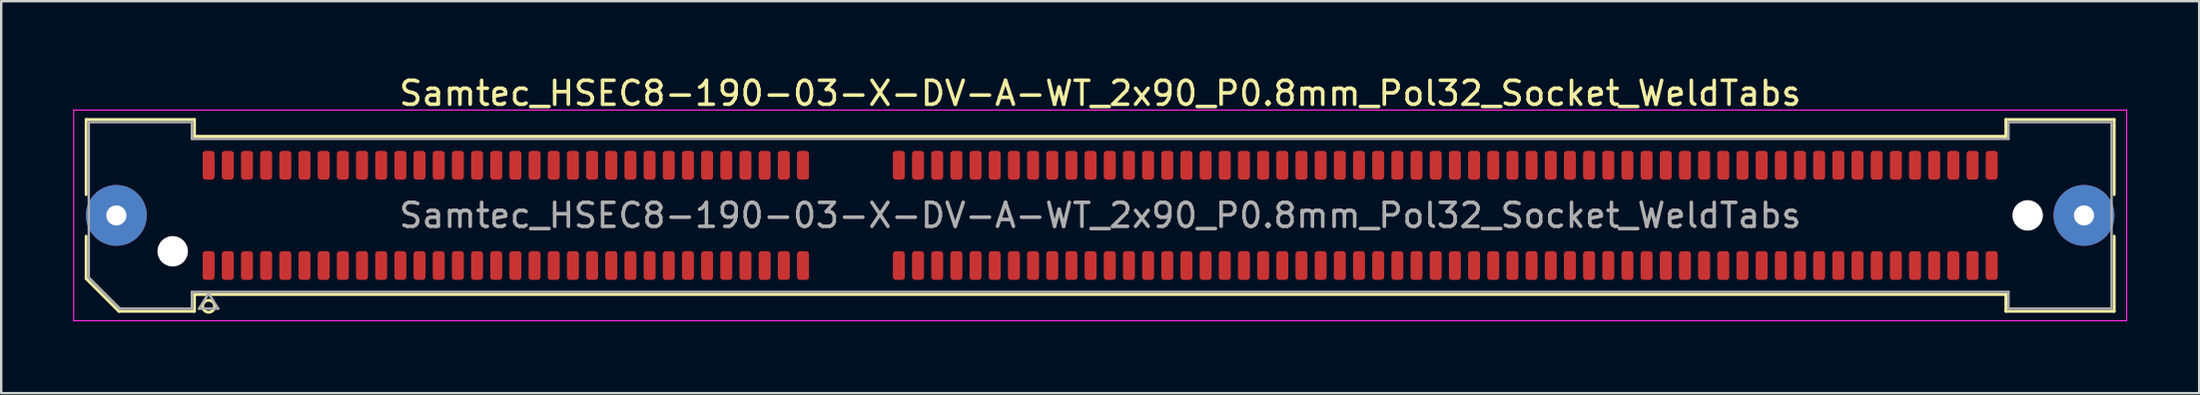
<source format=kicad_pcb>
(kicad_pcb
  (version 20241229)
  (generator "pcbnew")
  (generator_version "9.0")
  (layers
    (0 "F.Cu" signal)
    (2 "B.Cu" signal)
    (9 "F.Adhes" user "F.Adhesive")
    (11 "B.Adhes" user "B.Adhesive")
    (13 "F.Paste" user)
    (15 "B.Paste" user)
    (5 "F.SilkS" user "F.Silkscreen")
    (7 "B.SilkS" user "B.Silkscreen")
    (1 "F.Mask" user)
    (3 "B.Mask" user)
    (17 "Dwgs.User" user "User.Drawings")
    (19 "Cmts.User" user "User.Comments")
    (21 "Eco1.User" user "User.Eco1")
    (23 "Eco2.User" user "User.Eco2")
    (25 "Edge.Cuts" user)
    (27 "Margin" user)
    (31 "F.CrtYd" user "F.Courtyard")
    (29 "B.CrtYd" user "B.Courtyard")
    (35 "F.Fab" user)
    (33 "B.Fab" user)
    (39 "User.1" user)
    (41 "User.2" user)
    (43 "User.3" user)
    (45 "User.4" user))
  (footprint "Samtec_HSEC8-190-03-X-DV-A-WT_2x90_P0.8mm_Pol32_Socket_WeldTabs"
    (layer "F.Cu")
    (at 42.855 5.948)
    (property "Reference" "Samtec_HSEC8-190-03-X-DV-A-WT_2x90_P0.8mm_Pol32_Socket_WeldTabs" (at 0 -5.1 0) (layer "F.SilkS") (effects (font (size 1 1) (thickness 0.15))))
    (attr smd)
    (fp_line (start -42.31 -4.005) (end -37.79 -4.005) (stroke (width 0.12) (type solid)) (layer "F.SilkS"))
    (fp_line (start -42.31 -0.868) (end -42.31 -4.005) (stroke (width 0.12) (type solid)) (layer "F.SilkS"))
    (fp_line (start -42.31 2.641) (end -42.31 0.868) (stroke (width 0.12) (type solid)) (layer "F.SilkS"))
    (fp_line (start -40.946 4.005) (end -42.31 2.641) (stroke (width 0.12) (type solid)) (layer "F.SilkS"))
    (fp_line (start -37.79 -4.005) (end -37.79 -3.305) (stroke (width 0.12) (type solid)) (layer "F.SilkS"))
    (fp_line (start -37.79 -3.305) (end 37.79 -3.305) (stroke (width 0.12) (type solid)) (layer "F.SilkS"))
    (fp_line (start -37.79 3.305) (end -37.79 4.005) (stroke (width 0.12) (type solid)) (layer "F.SilkS"))
    (fp_line (start -37.79 4.005) (end -40.946 4.005) (stroke (width 0.12) (type solid)) (layer "F.SilkS"))
    (fp_line (start 37.79 -4.005) (end 42.31 -4.005) (stroke (width 0.12) (type solid)) (layer "F.SilkS"))
    (fp_line (start 37.79 -3.305) (end 37.79 -4.005) (stroke (width 0.12) (type solid)) (layer "F.SilkS"))
    (fp_line (start 37.79 3.305) (end -37.79 3.305) (stroke (width 0.12) (type solid)) (layer "F.SilkS"))
    (fp_line (start 37.79 4.005) (end 37.79 3.305) (stroke (width 0.12) (type solid)) (layer "F.SilkS"))
    (fp_line (start 42.31 -4.005) (end 42.31 -0.868) (stroke (width 0.12) (type solid)) (layer "F.SilkS"))
    (fp_line (start 42.31 0.868) (end 42.31 4.005) (stroke (width 0.12) (type solid)) (layer "F.SilkS"))
    (fp_line (start 42.31 4.005) (end 37.79 4.005) (stroke (width 0.12) (type solid)) (layer "F.SilkS"))
    (fp_arc (start -36.95 3.795) (mid -37.45 3.795) (end -36.95 3.795) (stroke (width 0.12) (type solid)) (layer "F.SilkS"))
    (fp_line (start -42.83 -4.4) (end -42.83 4.4) (stroke (width 0.05) (type solid)) (layer "F.CrtYd"))
    (fp_line (start -42.83 4.4) (end 42.83 4.4) (stroke (width 0.05) (type solid)) (layer "F.CrtYd"))
    (fp_line (start 42.83 -4.4) (end -42.83 -4.4) (stroke (width 0.05) (type solid)) (layer "F.CrtYd"))
    (fp_line (start 42.83 4.4) (end 42.83 -4.4) (stroke (width 0.05) (type solid)) (layer "F.CrtYd"))
    (fp_line (start -42.2 -3.895) (end -37.9 -3.895) (stroke (width 0.1) (type solid)) (layer "F.Fab"))
    (fp_line (start -42.2 2.595) (end -42.2 -3.895) (stroke (width 0.1) (type solid)) (layer "F.Fab"))
    (fp_line (start -40.9 3.895) (end -42.2 2.595) (stroke (width 0.1) (type solid)) (layer "F.Fab"))
    (fp_line (start -37.9 -3.895) (end -37.9 -3.195) (stroke (width 0.1) (type solid)) (layer "F.Fab"))
    (fp_line (start -37.9 -3.195) (end 37.9 -3.195) (stroke (width 0.1) (type solid)) (layer "F.Fab"))
    (fp_line (start -37.9 3.195) (end -37.9 3.895) (stroke (width 0.1) (type solid)) (layer "F.Fab"))
    (fp_line (start -37.9 3.895) (end -40.9 3.895) (stroke (width 0.1) (type solid)) (layer "F.Fab"))
    (fp_line (start -37.6 3.895) (end -37.2 3.255) (stroke (width 0.1) (type solid)) (layer "F.Fab"))
    (fp_line (start -37.2 3.255) (end -36.8 3.895) (stroke (width 0.1) (type solid)) (layer "F.Fab"))
    (fp_line (start -36.8 3.895) (end -37.6 3.895) (stroke (width 0.1) (type solid)) (layer "F.Fab"))
    (fp_line (start 37.9 -3.895) (end 42.2 -3.895) (stroke (width 0.1) (type solid)) (layer "F.Fab"))
    (fp_line (start 37.9 -3.195) (end 37.9 -3.895) (stroke (width 0.1) (type solid)) (layer "F.Fab"))
    (fp_line (start 37.9 3.195) (end -37.9 3.195) (stroke (width 0.1) (type solid)) (layer "F.Fab"))
    (fp_line (start 37.9 3.895) (end 37.9 3.195) (stroke (width 0.1) (type solid)) (layer "F.Fab"))
    (fp_line (start 42.2 -3.895) (end 42.2 3.895) (stroke (width 0.1) (type solid)) (layer "F.Fab"))
    (fp_line (start 42.2 3.895) (end 37.9 3.895) (stroke (width 0.1) (type solid)) (layer "F.Fab"))
    (fp_text user "${REFERENCE}" (at 0 0 0) (layer "F.Fab") (effects (font (size 1 1) (thickness 0.15))))
    (pad "" thru_hole circle (at -41.05 0) (size 2.54 2.54) (drill 0.84) (layers "*.Cu" "*.Mask" "F.Paste"))
    (pad "" np_thru_hole circle (at -38.7 1.5) (size 1.27 1.27) (drill 1.27) (layers "*.Cu" "*.Mask"))
    (pad "" np_thru_hole circle (at 38.7 0) (size 1.27 1.27) (drill 1.27) (layers "*.Cu" "*.Mask"))
    (pad "" thru_hole circle (at 41.05 0) (size 2.54 2.54) (drill 0.84) (layers "*.Cu" "*.Mask" "F.Paste"))
    (pad "1" smd roundrect (at -37.2 2.095) (size 0.5 1.2) (layers "F.Cu" "F.Mask" "F.Paste") (roundrect_rratio 0.25))
    (pad "2" smd roundrect (at -37.2 -2.095) (size 0.5 1.2) (layers "F.Cu" "F.Mask" "F.Paste") (roundrect_rratio 0.25))
    (pad "3" smd roundrect (at -36.4 2.095) (size 0.5 1.2) (layers "F.Cu" "F.Mask" "F.Paste") (roundrect_rratio 0.25))
    (pad "4" smd roundrect (at -36.4 -2.095) (size 0.5 1.2) (layers "F.Cu" "F.Mask" "F.Paste") (roundrect_rratio 0.25))
    (pad "5" smd roundrect (at -35.6 2.095) (size 0.5 1.2) (layers "F.Cu" "F.Mask" "F.Paste") (roundrect_rratio 0.25))
    (pad "6" smd roundrect (at -35.6 -2.095) (size 0.5 1.2) (layers "F.Cu" "F.Mask" "F.Paste") (roundrect_rratio 0.25))
    (pad "7" smd roundrect (at -34.8 2.095) (size 0.5 1.2) (layers "F.Cu" "F.Mask" "F.Paste") (roundrect_rratio 0.25))
    (pad "8" smd roundrect (at -34.8 -2.095) (size 0.5 1.2) (layers "F.Cu" "F.Mask" "F.Paste") (roundrect_rratio 0.25))
    (pad "9" smd roundrect (at -34 2.095) (size 0.5 1.2) (layers "F.Cu" "F.Mask" "F.Paste") (roundrect_rratio 0.25))
    (pad "10" smd roundrect (at -34 -2.095) (size 0.5 1.2) (layers "F.Cu" "F.Mask" "F.Paste") (roundrect_rratio 0.25))
    (pad "11" smd roundrect (at -33.2 2.095) (size 0.5 1.2) (layers "F.Cu" "F.Mask" "F.Paste") (roundrect_rratio 0.25))
    (pad "12" smd roundrect (at -33.2 -2.095) (size 0.5 1.2) (layers "F.Cu" "F.Mask" "F.Paste") (roundrect_rratio 0.25))
    (pad "13" smd roundrect (at -32.4 2.095) (size 0.5 1.2) (layers "F.Cu" "F.Mask" "F.Paste") (roundrect_rratio 0.25))
    (pad "14" smd roundrect (at -32.4 -2.095) (size 0.5 1.2) (layers "F.Cu" "F.Mask" "F.Paste") (roundrect_rratio 0.25))
    (pad "15" smd roundrect (at -31.6 2.095) (size 0.5 1.2) (layers "F.Cu" "F.Mask" "F.Paste") (roundrect_rratio 0.25))
    (pad "16" smd roundrect (at -31.6 -2.095) (size 0.5 1.2) (layers "F.Cu" "F.Mask" "F.Paste") (roundrect_rratio 0.25))
    (pad "17" smd roundrect (at -30.8 2.095) (size 0.5 1.2) (layers "F.Cu" "F.Mask" "F.Paste") (roundrect_rratio 0.25))
    (pad "18" smd roundrect (at -30.8 -2.095) (size 0.5 1.2) (layers "F.Cu" "F.Mask" "F.Paste") (roundrect_rratio 0.25))
    (pad "19" smd roundrect (at -30 2.095) (size 0.5 1.2) (layers "F.Cu" "F.Mask" "F.Paste") (roundrect_rratio 0.25))
    (pad "20" smd roundrect (at -30 -2.095) (size 0.5 1.2) (layers "F.Cu" "F.Mask" "F.Paste") (roundrect_rratio 0.25))
    (pad "21" smd roundrect (at -29.2 2.095) (size 0.5 1.2) (layers "F.Cu" "F.Mask" "F.Paste") (roundrect_rratio 0.25))
    (pad "22" smd roundrect (at -29.2 -2.095) (size 0.5 1.2) (layers "F.Cu" "F.Mask" "F.Paste") (roundrect_rratio 0.25))
    (pad "23" smd roundrect (at -28.4 2.095) (size 0.5 1.2) (layers "F.Cu" "F.Mask" "F.Paste") (roundrect_rratio 0.25))
    (pad "24" smd roundrect (at -28.4 -2.095) (size 0.5 1.2) (layers "F.Cu" "F.Mask" "F.Paste") (roundrect_rratio 0.25))
    (pad "25" smd roundrect (at -27.6 2.095) (size 0.5 1.2) (layers "F.Cu" "F.Mask" "F.Paste") (roundrect_rratio 0.25))
    (pad "26" smd roundrect (at -27.6 -2.095) (size 0.5 1.2) (layers "F.Cu" "F.Mask" "F.Paste") (roundrect_rratio 0.25))
    (pad "27" smd roundrect (at -26.8 2.095) (size 0.5 1.2) (layers "F.Cu" "F.Mask" "F.Paste") (roundrect_rratio 0.25))
    (pad "28" smd roundrect (at -26.8 -2.095) (size 0.5 1.2) (layers "F.Cu" "F.Mask" "F.Paste") (roundrect_rratio 0.25))
    (pad "29" smd roundrect (at -26 2.095) (size 0.5 1.2) (layers "F.Cu" "F.Mask" "F.Paste") (roundrect_rratio 0.25))
    (pad "30" smd roundrect (at -26 -2.095) (size 0.5 1.2) (layers "F.Cu" "F.Mask" "F.Paste") (roundrect_rratio 0.25))
    (pad "31" smd roundrect (at -25.2 2.095) (size 0.5 1.2) (layers "F.Cu" "F.Mask" "F.Paste") (roundrect_rratio 0.25))
    (pad "32" smd roundrect (at -25.2 -2.095) (size 0.5 1.2) (layers "F.Cu" "F.Mask" "F.Paste") (roundrect_rratio 0.25))
    (pad "33" smd roundrect (at -24.4 2.095) (size 0.5 1.2) (layers "F.Cu" "F.Mask" "F.Paste") (roundrect_rratio 0.25))
    (pad "34" smd roundrect (at -24.4 -2.095) (size 0.5 1.2) (layers "F.Cu" "F.Mask" "F.Paste") (roundrect_rratio 0.25))
    (pad "35" smd roundrect (at -23.6 2.095) (size 0.5 1.2) (layers "F.Cu" "F.Mask" "F.Paste") (roundrect_rratio 0.25))
    (pad "36" smd roundrect (at -23.6 -2.095) (size 0.5 1.2) (layers "F.Cu" "F.Mask" "F.Paste") (roundrect_rratio 0.25))
    (pad "37" smd roundrect (at -22.8 2.095) (size 0.5 1.2) (layers "F.Cu" "F.Mask" "F.Paste") (roundrect_rratio 0.25))
    (pad "38" smd roundrect (at -22.8 -2.095) (size 0.5 1.2) (layers "F.Cu" "F.Mask" "F.Paste") (roundrect_rratio 0.25))
    (pad "39" smd roundrect (at -22 2.095) (size 0.5 1.2) (layers "F.Cu" "F.Mask" "F.Paste") (roundrect_rratio 0.25))
    (pad "40" smd roundrect (at -22 -2.095) (size 0.5 1.2) (layers "F.Cu" "F.Mask" "F.Paste") (roundrect_rratio 0.25))
    (pad "41" smd roundrect (at -21.2 2.095) (size 0.5 1.2) (layers "F.Cu" "F.Mask" "F.Paste") (roundrect_rratio 0.25))
    (pad "42" smd roundrect (at -21.2 -2.095) (size 0.5 1.2) (layers "F.Cu" "F.Mask" "F.Paste") (roundrect_rratio 0.25))
    (pad "43" smd roundrect (at -20.4 2.095) (size 0.5 1.2) (layers "F.Cu" "F.Mask" "F.Paste") (roundrect_rratio 0.25))
    (pad "44" smd roundrect (at -20.4 -2.095) (size 0.5 1.2) (layers "F.Cu" "F.Mask" "F.Paste") (roundrect_rratio 0.25))
    (pad "45" smd roundrect (at -19.6 2.095) (size 0.5 1.2) (layers "F.Cu" "F.Mask" "F.Paste") (roundrect_rratio 0.25))
    (pad "46" smd roundrect (at -19.6 -2.095) (size 0.5 1.2) (layers "F.Cu" "F.Mask" "F.Paste") (roundrect_rratio 0.25))
    (pad "47" smd roundrect (at -18.8 2.095) (size 0.5 1.2) (layers "F.Cu" "F.Mask" "F.Paste") (roundrect_rratio 0.25))
    (pad "48" smd roundrect (at -18.8 -2.095) (size 0.5 1.2) (layers "F.Cu" "F.Mask" "F.Paste") (roundrect_rratio 0.25))
    (pad "49" smd roundrect (at -18 2.095) (size 0.5 1.2) (layers "F.Cu" "F.Mask" "F.Paste") (roundrect_rratio 0.25))
    (pad "50" smd roundrect (at -18 -2.095) (size 0.5 1.2) (layers "F.Cu" "F.Mask" "F.Paste") (roundrect_rratio 0.25))
    (pad "51" smd roundrect (at -17.2 2.095) (size 0.5 1.2) (layers "F.Cu" "F.Mask" "F.Paste") (roundrect_rratio 0.25))
    (pad "52" smd roundrect (at -17.2 -2.095) (size 0.5 1.2) (layers "F.Cu" "F.Mask" "F.Paste") (roundrect_rratio 0.25))
    (pad "53" smd roundrect (at -16.4 2.095) (size 0.5 1.2) (layers "F.Cu" "F.Mask" "F.Paste") (roundrect_rratio 0.25))
    (pad "54" smd roundrect (at -16.4 -2.095) (size 0.5 1.2) (layers "F.Cu" "F.Mask" "F.Paste") (roundrect_rratio 0.25))
    (pad "55" smd roundrect (at -15.6 2.095) (size 0.5 1.2) (layers "F.Cu" "F.Mask" "F.Paste") (roundrect_rratio 0.25))
    (pad "56" smd roundrect (at -15.6 -2.095) (size 0.5 1.2) (layers "F.Cu" "F.Mask" "F.Paste") (roundrect_rratio 0.25))
    (pad "57" smd roundrect (at -14.8 2.095) (size 0.5 1.2) (layers "F.Cu" "F.Mask" "F.Paste") (roundrect_rratio 0.25))
    (pad "58" smd roundrect (at -14.8 -2.095) (size 0.5 1.2) (layers "F.Cu" "F.Mask" "F.Paste") (roundrect_rratio 0.25))
    (pad "59" smd roundrect (at -14 2.095) (size 0.5 1.2) (layers "F.Cu" "F.Mask" "F.Paste") (roundrect_rratio 0.25))
    (pad "60" smd roundrect (at -14 -2.095) (size 0.5 1.2) (layers "F.Cu" "F.Mask" "F.Paste") (roundrect_rratio 0.25))
    (pad "61" smd roundrect (at -13.2 2.095) (size 0.5 1.2) (layers "F.Cu" "F.Mask" "F.Paste") (roundrect_rratio 0.25))
    (pad "62" smd roundrect (at -13.2 -2.095) (size 0.5 1.2) (layers "F.Cu" "F.Mask" "F.Paste") (roundrect_rratio 0.25))
    (pad "63" smd roundrect (at -12.4 2.095) (size 0.5 1.2) (layers "F.Cu" "F.Mask" "F.Paste") (roundrect_rratio 0.25))
    (pad "64" smd roundrect (at -12.4 -2.095) (size 0.5 1.2) (layers "F.Cu" "F.Mask" "F.Paste") (roundrect_rratio 0.25))
    (pad "65" smd roundrect (at -8.4 2.095) (size 0.5 1.2) (layers "F.Cu" "F.Mask" "F.Paste") (roundrect_rratio 0.25))
    (pad "66" smd roundrect (at -8.4 -2.095) (size 0.5 1.2) (layers "F.Cu" "F.Mask" "F.Paste") (roundrect_rratio 0.25))
    (pad "67" smd roundrect (at -7.6 2.095) (size 0.5 1.2) (layers "F.Cu" "F.Mask" "F.Paste") (roundrect_rratio 0.25))
    (pad "68" smd roundrect (at -7.6 -2.095) (size 0.5 1.2) (layers "F.Cu" "F.Mask" "F.Paste") (roundrect_rratio 0.25))
    (pad "69" smd roundrect (at -6.8 2.095) (size 0.5 1.2) (layers "F.Cu" "F.Mask" "F.Paste") (roundrect_rratio 0.25))
    (pad "70" smd roundrect (at -6.8 -2.095) (size 0.5 1.2) (layers "F.Cu" "F.Mask" "F.Paste") (roundrect_rratio 0.25))
    (pad "71" smd roundrect (at -6 2.095) (size 0.5 1.2) (layers "F.Cu" "F.Mask" "F.Paste") (roundrect_rratio 0.25))
    (pad "72" smd roundrect (at -6 -2.095) (size 0.5 1.2) (layers "F.Cu" "F.Mask" "F.Paste") (roundrect_rratio 0.25))
    (pad "73" smd roundrect (at -5.2 2.095) (size 0.5 1.2) (layers "F.Cu" "F.Mask" "F.Paste") (roundrect_rratio 0.25))
    (pad "74" smd roundrect (at -5.2 -2.095) (size 0.5 1.2) (layers "F.Cu" "F.Mask" "F.Paste") (roundrect_rratio 0.25))
    (pad "75" smd roundrect (at -4.4 2.095) (size 0.5 1.2) (layers "F.Cu" "F.Mask" "F.Paste") (roundrect_rratio 0.25))
    (pad "76" smd roundrect (at -4.4 -2.095) (size 0.5 1.2) (layers "F.Cu" "F.Mask" "F.Paste") (roundrect_rratio 0.25))
    (pad "77" smd roundrect (at -3.6 2.095) (size 0.5 1.2) (layers "F.Cu" "F.Mask" "F.Paste") (roundrect_rratio 0.25))
    (pad "78" smd roundrect (at -3.6 -2.095) (size 0.5 1.2) (layers "F.Cu" "F.Mask" "F.Paste") (roundrect_rratio 0.25))
    (pad "79" smd roundrect (at -2.8 2.095) (size 0.5 1.2) (layers "F.Cu" "F.Mask" "F.Paste") (roundrect_rratio 0.25))
    (pad "80" smd roundrect (at -2.8 -2.095) (size 0.5 1.2) (layers "F.Cu" "F.Mask" "F.Paste") (roundrect_rratio 0.25))
    (pad "81" smd roundrect (at -2 2.095) (size 0.5 1.2) (layers "F.Cu" "F.Mask" "F.Paste") (roundrect_rratio 0.25))
    (pad "82" smd roundrect (at -2 -2.095) (size 0.5 1.2) (layers "F.Cu" "F.Mask" "F.Paste") (roundrect_rratio 0.25))
    (pad "83" smd roundrect (at -1.2 2.095) (size 0.5 1.2) (layers "F.Cu" "F.Mask" "F.Paste") (roundrect_rratio 0.25))
    (pad "84" smd roundrect (at -1.2 -2.095) (size 0.5 1.2) (layers "F.Cu" "F.Mask" "F.Paste") (roundrect_rratio 0.25))
    (pad "85" smd roundrect (at -0.4 2.095) (size 0.5 1.2) (layers "F.Cu" "F.Mask" "F.Paste") (roundrect_rratio 0.25))
    (pad "86" smd roundrect (at -0.4 -2.095) (size 0.5 1.2) (layers "F.Cu" "F.Mask" "F.Paste") (roundrect_rratio 0.25))
    (pad "87" smd roundrect (at 0.4 2.095) (size 0.5 1.2) (layers "F.Cu" "F.Mask" "F.Paste") (roundrect_rratio 0.25))
    (pad "88" smd roundrect (at 0.4 -2.095) (size 0.5 1.2) (layers "F.Cu" "F.Mask" "F.Paste") (roundrect_rratio 0.25))
    (pad "89" smd roundrect (at 1.2 2.095) (size 0.5 1.2) (layers "F.Cu" "F.Mask" "F.Paste") (roundrect_rratio 0.25))
    (pad "90" smd roundrect (at 1.2 -2.095) (size 0.5 1.2) (layers "F.Cu" "F.Mask" "F.Paste") (roundrect_rratio 0.25))
    (pad "91" smd roundrect (at 2 2.095) (size 0.5 1.2) (layers "F.Cu" "F.Mask" "F.Paste") (roundrect_rratio 0.25))
    (pad "92" smd roundrect (at 2 -2.095) (size 0.5 1.2) (layers "F.Cu" "F.Mask" "F.Paste") (roundrect_rratio 0.25))
    (pad "93" smd roundrect (at 2.8 2.095) (size 0.5 1.2) (layers "F.Cu" "F.Mask" "F.Paste") (roundrect_rratio 0.25))
    (pad "94" smd roundrect (at 2.8 -2.095) (size 0.5 1.2) (layers "F.Cu" "F.Mask" "F.Paste") (roundrect_rratio 0.25))
    (pad "95" smd roundrect (at 3.6 2.095) (size 0.5 1.2) (layers "F.Cu" "F.Mask" "F.Paste") (roundrect_rratio 0.25))
    (pad "96" smd roundrect (at 3.6 -2.095) (size 0.5 1.2) (layers "F.Cu" "F.Mask" "F.Paste") (roundrect_rratio 0.25))
    (pad "97" smd roundrect (at 4.4 2.095) (size 0.5 1.2) (layers "F.Cu" "F.Mask" "F.Paste") (roundrect_rratio 0.25))
    (pad "98" smd roundrect (at 4.4 -2.095) (size 0.5 1.2) (layers "F.Cu" "F.Mask" "F.Paste") (roundrect_rratio 0.25))
    (pad "99" smd roundrect (at 5.2 2.095) (size 0.5 1.2) (layers "F.Cu" "F.Mask" "F.Paste") (roundrect_rratio 0.25))
    (pad "100" smd roundrect (at 5.2 -2.095) (size 0.5 1.2) (layers "F.Cu" "F.Mask" "F.Paste") (roundrect_rratio 0.25))
    (pad "101" smd roundrect (at 6 2.095) (size 0.5 1.2) (layers "F.Cu" "F.Mask" "F.Paste") (roundrect_rratio 0.25))
    (pad "102" smd roundrect (at 6 -2.095) (size 0.5 1.2) (layers "F.Cu" "F.Mask" "F.Paste") (roundrect_rratio 0.25))
    (pad "103" smd roundrect (at 6.8 2.095) (size 0.5 1.2) (layers "F.Cu" "F.Mask" "F.Paste") (roundrect_rratio 0.25))
    (pad "104" smd roundrect (at 6.8 -2.095) (size 0.5 1.2) (layers "F.Cu" "F.Mask" "F.Paste") (roundrect_rratio 0.25))
    (pad "105" smd roundrect (at 7.6 2.095) (size 0.5 1.2) (layers "F.Cu" "F.Mask" "F.Paste") (roundrect_rratio 0.25))
    (pad "106" smd roundrect (at 7.6 -2.095) (size 0.5 1.2) (layers "F.Cu" "F.Mask" "F.Paste") (roundrect_rratio 0.25))
    (pad "107" smd roundrect (at 8.4 2.095) (size 0.5 1.2) (layers "F.Cu" "F.Mask" "F.Paste") (roundrect_rratio 0.25))
    (pad "108" smd roundrect (at 8.4 -2.095) (size 0.5 1.2) (layers "F.Cu" "F.Mask" "F.Paste") (roundrect_rratio 0.25))
    (pad "109" smd roundrect (at 9.2 2.095) (size 0.5 1.2) (layers "F.Cu" "F.Mask" "F.Paste") (roundrect_rratio 0.25))
    (pad "110" smd roundrect (at 9.2 -2.095) (size 0.5 1.2) (layers "F.Cu" "F.Mask" "F.Paste") (roundrect_rratio 0.25))
    (pad "111" smd roundrect (at 10 2.095) (size 0.5 1.2) (layers "F.Cu" "F.Mask" "F.Paste") (roundrect_rratio 0.25))
    (pad "112" smd roundrect (at 10 -2.095) (size 0.5 1.2) (layers "F.Cu" "F.Mask" "F.Paste") (roundrect_rratio 0.25))
    (pad "113" smd roundrect (at 10.8 2.095) (size 0.5 1.2) (layers "F.Cu" "F.Mask" "F.Paste") (roundrect_rratio 0.25))
    (pad "114" smd roundrect (at 10.8 -2.095) (size 0.5 1.2) (layers "F.Cu" "F.Mask" "F.Paste") (roundrect_rratio 0.25))
    (pad "115" smd roundrect (at 11.6 2.095) (size 0.5 1.2) (layers "F.Cu" "F.Mask" "F.Paste") (roundrect_rratio 0.25))
    (pad "116" smd roundrect (at 11.6 -2.095) (size 0.5 1.2) (layers "F.Cu" "F.Mask" "F.Paste") (roundrect_rratio 0.25))
    (pad "117" smd roundrect (at 12.4 2.095) (size 0.5 1.2) (layers "F.Cu" "F.Mask" "F.Paste") (roundrect_rratio 0.25))
    (pad "118" smd roundrect (at 12.4 -2.095) (size 0.5 1.2) (layers "F.Cu" "F.Mask" "F.Paste") (roundrect_rratio 0.25))
    (pad "119" smd roundrect (at 13.2 2.095) (size 0.5 1.2) (layers "F.Cu" "F.Mask" "F.Paste") (roundrect_rratio 0.25))
    (pad "120" smd roundrect (at 13.2 -2.095) (size 0.5 1.2) (layers "F.Cu" "F.Mask" "F.Paste") (roundrect_rratio 0.25))
    (pad "121" smd roundrect (at 14 2.095) (size 0.5 1.2) (layers "F.Cu" "F.Mask" "F.Paste") (roundrect_rratio 0.25))
    (pad "122" smd roundrect (at 14 -2.095) (size 0.5 1.2) (layers "F.Cu" "F.Mask" "F.Paste") (roundrect_rratio 0.25))
    (pad "123" smd roundrect (at 14.8 2.095) (size 0.5 1.2) (layers "F.Cu" "F.Mask" "F.Paste") (roundrect_rratio 0.25))
    (pad "124" smd roundrect (at 14.8 -2.095) (size 0.5 1.2) (layers "F.Cu" "F.Mask" "F.Paste") (roundrect_rratio 0.25))
    (pad "125" smd roundrect (at 15.6 2.095) (size 0.5 1.2) (layers "F.Cu" "F.Mask" "F.Paste") (roundrect_rratio 0.25))
    (pad "126" smd roundrect (at 15.6 -2.095) (size 0.5 1.2) (layers "F.Cu" "F.Mask" "F.Paste") (roundrect_rratio 0.25))
    (pad "127" smd roundrect (at 16.4 2.095) (size 0.5 1.2) (layers "F.Cu" "F.Mask" "F.Paste") (roundrect_rratio 0.25))
    (pad "128" smd roundrect (at 16.4 -2.095) (size 0.5 1.2) (layers "F.Cu" "F.Mask" "F.Paste") (roundrect_rratio 0.25))
    (pad "129" smd roundrect (at 17.2 2.095) (size 0.5 1.2) (layers "F.Cu" "F.Mask" "F.Paste") (roundrect_rratio 0.25))
    (pad "130" smd roundrect (at 17.2 -2.095) (size 0.5 1.2) (layers "F.Cu" "F.Mask" "F.Paste") (roundrect_rratio 0.25))
    (pad "131" smd roundrect (at 18 2.095) (size 0.5 1.2) (layers "F.Cu" "F.Mask" "F.Paste") (roundrect_rratio 0.25))
    (pad "132" smd roundrect (at 18 -2.095) (size 0.5 1.2) (layers "F.Cu" "F.Mask" "F.Paste") (roundrect_rratio 0.25))
    (pad "133" smd roundrect (at 18.8 2.095) (size 0.5 1.2) (layers "F.Cu" "F.Mask" "F.Paste") (roundrect_rratio 0.25))
    (pad "134" smd roundrect (at 18.8 -2.095) (size 0.5 1.2) (layers "F.Cu" "F.Mask" "F.Paste") (roundrect_rratio 0.25))
    (pad "135" smd roundrect (at 19.6 2.095) (size 0.5 1.2) (layers "F.Cu" "F.Mask" "F.Paste") (roundrect_rratio 0.25))
    (pad "136" smd roundrect (at 19.6 -2.095) (size 0.5 1.2) (layers "F.Cu" "F.Mask" "F.Paste") (roundrect_rratio 0.25))
    (pad "137" smd roundrect (at 20.4 2.095) (size 0.5 1.2) (layers "F.Cu" "F.Mask" "F.Paste") (roundrect_rratio 0.25))
    (pad "138" smd roundrect (at 20.4 -2.095) (size 0.5 1.2) (layers "F.Cu" "F.Mask" "F.Paste") (roundrect_rratio 0.25))
    (pad "139" smd roundrect (at 21.2 2.095) (size 0.5 1.2) (layers "F.Cu" "F.Mask" "F.Paste") (roundrect_rratio 0.25))
    (pad "140" smd roundrect (at 21.2 -2.095) (size 0.5 1.2) (layers "F.Cu" "F.Mask" "F.Paste") (roundrect_rratio 0.25))
    (pad "141" smd roundrect (at 22 2.095) (size 0.5 1.2) (layers "F.Cu" "F.Mask" "F.Paste") (roundrect_rratio 0.25))
    (pad "142" smd roundrect (at 22 -2.095) (size 0.5 1.2) (layers "F.Cu" "F.Mask" "F.Paste") (roundrect_rratio 0.25))
    (pad "143" smd roundrect (at 22.8 2.095) (size 0.5 1.2) (layers "F.Cu" "F.Mask" "F.Paste") (roundrect_rratio 0.25))
    (pad "144" smd roundrect (at 22.8 -2.095) (size 0.5 1.2) (layers "F.Cu" "F.Mask" "F.Paste") (roundrect_rratio 0.25))
    (pad "145" smd roundrect (at 23.6 2.095) (size 0.5 1.2) (layers "F.Cu" "F.Mask" "F.Paste") (roundrect_rratio 0.25))
    (pad "146" smd roundrect (at 23.6 -2.095) (size 0.5 1.2) (layers "F.Cu" "F.Mask" "F.Paste") (roundrect_rratio 0.25))
    (pad "147" smd roundrect (at 24.4 2.095) (size 0.5 1.2) (layers "F.Cu" "F.Mask" "F.Paste") (roundrect_rratio 0.25))
    (pad "148" smd roundrect (at 24.4 -2.095) (size 0.5 1.2) (layers "F.Cu" "F.Mask" "F.Paste") (roundrect_rratio 0.25))
    (pad "149" smd roundrect (at 25.2 2.095) (size 0.5 1.2) (layers "F.Cu" "F.Mask" "F.Paste") (roundrect_rratio 0.25))
    (pad "150" smd roundrect (at 25.2 -2.095) (size 0.5 1.2) (layers "F.Cu" "F.Mask" "F.Paste") (roundrect_rratio 0.25))
    (pad "151" smd roundrect (at 26 2.095) (size 0.5 1.2) (layers "F.Cu" "F.Mask" "F.Paste") (roundrect_rratio 0.25))
    (pad "152" smd roundrect (at 26 -2.095) (size 0.5 1.2) (layers "F.Cu" "F.Mask" "F.Paste") (roundrect_rratio 0.25))
    (pad "153" smd roundrect (at 26.8 2.095) (size 0.5 1.2) (layers "F.Cu" "F.Mask" "F.Paste") (roundrect_rratio 0.25))
    (pad "154" smd roundrect (at 26.8 -2.095) (size 0.5 1.2) (layers "F.Cu" "F.Mask" "F.Paste") (roundrect_rratio 0.25))
    (pad "155" smd roundrect (at 27.6 2.095) (size 0.5 1.2) (layers "F.Cu" "F.Mask" "F.Paste") (roundrect_rratio 0.25))
    (pad "156" smd roundrect (at 27.6 -2.095) (size 0.5 1.2) (layers "F.Cu" "F.Mask" "F.Paste") (roundrect_rratio 0.25))
    (pad "157" smd roundrect (at 28.4 2.095) (size 0.5 1.2) (layers "F.Cu" "F.Mask" "F.Paste") (roundrect_rratio 0.25))
    (pad "158" smd roundrect (at 28.4 -2.095) (size 0.5 1.2) (layers "F.Cu" "F.Mask" "F.Paste") (roundrect_rratio 0.25))
    (pad "159" smd roundrect (at 29.2 2.095) (size 0.5 1.2) (layers "F.Cu" "F.Mask" "F.Paste") (roundrect_rratio 0.25))
    (pad "160" smd roundrect (at 29.2 -2.095) (size 0.5 1.2) (layers "F.Cu" "F.Mask" "F.Paste") (roundrect_rratio 0.25))
    (pad "161" smd roundrect (at 30 2.095) (size 0.5 1.2) (layers "F.Cu" "F.Mask" "F.Paste") (roundrect_rratio 0.25))
    (pad "162" smd roundrect (at 30 -2.095) (size 0.5 1.2) (layers "F.Cu" "F.Mask" "F.Paste") (roundrect_rratio 0.25))
    (pad "163" smd roundrect (at 30.8 2.095) (size 0.5 1.2) (layers "F.Cu" "F.Mask" "F.Paste") (roundrect_rratio 0.25))
    (pad "164" smd roundrect (at 30.8 -2.095) (size 0.5 1.2) (layers "F.Cu" "F.Mask" "F.Paste") (roundrect_rratio 0.25))
    (pad "165" smd roundrect (at 31.6 2.095) (size 0.5 1.2) (layers "F.Cu" "F.Mask" "F.Paste") (roundrect_rratio 0.25))
    (pad "166" smd roundrect (at 31.6 -2.095) (size 0.5 1.2) (layers "F.Cu" "F.Mask" "F.Paste") (roundrect_rratio 0.25))
    (pad "167" smd roundrect (at 32.4 2.095) (size 0.5 1.2) (layers "F.Cu" "F.Mask" "F.Paste") (roundrect_rratio 0.25))
    (pad "168" smd roundrect (at 32.4 -2.095) (size 0.5 1.2) (layers "F.Cu" "F.Mask" "F.Paste") (roundrect_rratio 0.25))
    (pad "169" smd roundrect (at 33.2 2.095) (size 0.5 1.2) (layers "F.Cu" "F.Mask" "F.Paste") (roundrect_rratio 0.25))
    (pad "170" smd roundrect (at 33.2 -2.095) (size 0.5 1.2) (layers "F.Cu" "F.Mask" "F.Paste") (roundrect_rratio 0.25))
    (pad "171" smd roundrect (at 34 2.095) (size 0.5 1.2) (layers "F.Cu" "F.Mask" "F.Paste") (roundrect_rratio 0.25))
    (pad "172" smd roundrect (at 34 -2.095) (size 0.5 1.2) (layers "F.Cu" "F.Mask" "F.Paste") (roundrect_rratio 0.25))
    (pad "173" smd roundrect (at 34.8 2.095) (size 0.5 1.2) (layers "F.Cu" "F.Mask" "F.Paste") (roundrect_rratio 0.25))
    (pad "174" smd roundrect (at 34.8 -2.095) (size 0.5 1.2) (layers "F.Cu" "F.Mask" "F.Paste") (roundrect_rratio 0.25))
    (pad "175" smd roundrect (at 35.6 2.095) (size 0.5 1.2) (layers "F.Cu" "F.Mask" "F.Paste") (roundrect_rratio 0.25))
    (pad "176" smd roundrect (at 35.6 -2.095) (size 0.5 1.2) (layers "F.Cu" "F.Mask" "F.Paste") (roundrect_rratio 0.25))
    (pad "177" smd roundrect (at 36.4 2.095) (size 0.5 1.2) (layers "F.Cu" "F.Mask" "F.Paste") (roundrect_rratio 0.25))
    (pad "178" smd roundrect (at 36.4 -2.095) (size 0.5 1.2) (layers "F.Cu" "F.Mask" "F.Paste") (roundrect_rratio 0.25))
    (pad "179" smd roundrect (at 37.2 2.095) (size 0.5 1.2) (layers "F.Cu" "F.Mask" "F.Paste") (roundrect_rratio 0.25))
    (pad "180" smd roundrect (at 37.2 -2.095) (size 0.5 1.2) (layers "F.Cu" "F.Mask" "F.Paste") (roundrect_rratio 0.25)))
  (gr_rect
    (start -3 -3)
    (end 88.71 13.373)
    (stroke (width 0.1) (type default))
    (fill no)
    (layer "Edge.Cuts")))
</source>
